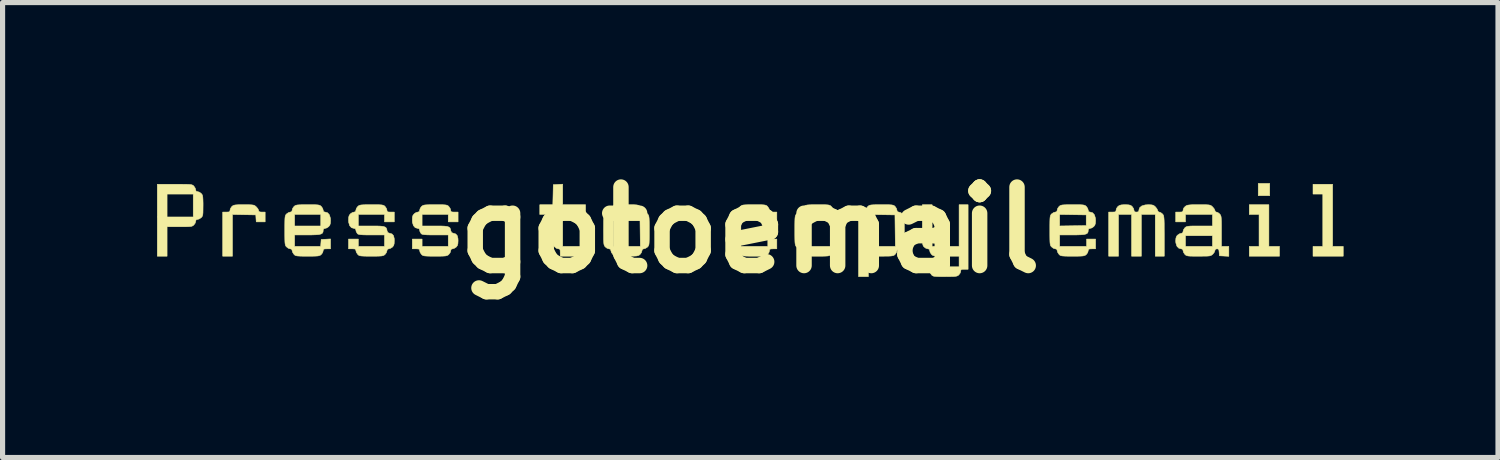
<source format=kicad_pcb>
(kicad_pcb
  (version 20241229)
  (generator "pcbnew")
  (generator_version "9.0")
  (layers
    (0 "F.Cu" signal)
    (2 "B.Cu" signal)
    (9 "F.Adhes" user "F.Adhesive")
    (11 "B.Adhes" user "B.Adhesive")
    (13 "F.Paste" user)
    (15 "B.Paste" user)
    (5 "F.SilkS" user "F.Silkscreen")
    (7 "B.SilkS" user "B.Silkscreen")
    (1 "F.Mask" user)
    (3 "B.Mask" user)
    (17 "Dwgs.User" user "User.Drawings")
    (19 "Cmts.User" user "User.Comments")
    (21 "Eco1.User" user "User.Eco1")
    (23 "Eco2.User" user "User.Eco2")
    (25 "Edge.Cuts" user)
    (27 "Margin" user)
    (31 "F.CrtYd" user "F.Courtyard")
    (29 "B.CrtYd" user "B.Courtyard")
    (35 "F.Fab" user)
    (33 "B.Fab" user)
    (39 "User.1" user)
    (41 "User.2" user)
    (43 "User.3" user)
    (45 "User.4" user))
  (footprint "gotoemail"
    (layer "F.Cu")
    (at 11.514 1.418)
    (property "Reference" "gotoemail" (at 0 0 0) (layer "F.SilkS") (effects (font (size 1.524 1.524) (thickness 0.3))))
    (attr through_hole)
    (fp_poly (pts (xy 10.097 -0.667) (xy 9.874 -0.667) (xy 9.874 -0.905) (xy 10.097 -0.905) (xy 10.097 -0.667)) (stroke (width 0.01) (type solid)) (fill yes) (layer "F.SilkS"))
    (fp_poly (pts (xy 10.081 0.318) (xy 10.287 0.318) (xy 10.287 0.508) (xy 9.7 0.508) (xy 9.7 0.318) (xy 9.89 0.318) (xy 9.89 -0.302) (xy 9.7 -0.302) (xy 9.7 -0.492) (xy 10.081 -0.492) (xy 10.081 0.318)) (stroke (width 0.01) (type solid)) (fill yes) (layer "F.SilkS"))
    (fp_poly (pts (xy 11.319 0.318) (xy 11.525 0.318) (xy 11.525 0.508) (xy 10.938 0.508) (xy 10.938 0.318) (xy 11.128 0.318) (xy 11.128 -0.699) (xy 10.938 -0.699) (xy 10.938 -0.889) (xy 11.319 -0.889) (xy 11.319 0.318)) (stroke (width 0.01) (type solid)) (fill yes) (layer "F.SilkS"))
    (fp_poly (pts (xy -3.635 -0.492) (xy -3.191 -0.492) (xy -3.191 -0.302) (xy -3.635 -0.302) (xy -3.635 0.318) (xy -3.191 0.318) (xy -3.191 0.508) (xy -3.683 0.508) (xy -3.683 0.437) (xy -3.685 0.392) (xy -3.693 0.371) (xy -3.712 0.365) (xy -3.72 0.365) (xy -3.757 0.354) (xy -3.791 0.328) (xy -3.803 0.314) (xy -3.812 0.297) (xy -3.819 0.273) (xy -3.822 0.237) (xy -3.825 0.183) (xy -3.826 0.109) (xy -3.826 0.007) (xy -3.826 -0.005) (xy -3.826 -0.302) (xy -4.08 -0.302) (xy -4.08 -0.492) (xy -3.953 -0.492) (xy -3.827 -0.492) (xy -3.822 -0.687) (xy -3.818 -0.881) (xy -3.727 -0.886) (xy -3.635 -0.891) (xy -3.635 -0.492)) (stroke (width 0.01) (type solid)) (fill yes) (layer "F.SilkS"))
    (fp_poly (pts (xy -9.744 -0.492) (xy -9.687 -0.49) (xy -9.649 -0.486) (xy -9.623 -0.479) (xy -9.604 -0.466) (xy -9.585 -0.449) (xy -9.556 -0.415) (xy -9.541 -0.383) (xy -9.541 -0.378) (xy -9.534 -0.359) (xy -9.509 -0.351) (xy -9.477 -0.349) (xy -9.414 -0.349) (xy -9.414 -0.159) (xy -9.5 -0.159) (xy -9.587 -0.159) (xy -9.592 -0.226) (xy -9.596 -0.294) (xy -9.823 -0.298) (xy -10.049 -0.302) (xy -10.049 0.508) (xy -10.239 0.508) (xy -10.239 -0.349) (xy -10.168 -0.349) (xy -10.124 -0.351) (xy -10.103 -0.359) (xy -10.097 -0.378) (xy -10.097 -0.386) (xy -10.085 -0.423) (xy -10.06 -0.458) (xy -10.042 -0.472) (xy -10.02 -0.482) (xy -9.989 -0.488) (xy -9.942 -0.491) (xy -9.872 -0.492) (xy -9.826 -0.492) (xy -9.744 -0.492)) (stroke (width 0.01) (type solid)) (fill yes) (layer "F.SilkS"))
    (fp_poly (pts (xy -11.059 -0.889) (xy -10.974 -0.888) (xy -10.913 -0.887) (xy -10.87 -0.884) (xy -10.841 -0.879) (xy -10.822 -0.872) (xy -10.808 -0.863) (xy -10.798 -0.852) (xy -10.773 -0.815) (xy -10.763 -0.781) (xy -10.755 -0.753) (xy -10.726 -0.746) (xy -10.689 -0.735) (xy -10.655 -0.709) (xy -10.64 -0.691) (xy -10.631 -0.67) (xy -10.625 -0.639) (xy -10.622 -0.592) (xy -10.62 -0.523) (xy -10.62 -0.474) (xy -10.621 -0.391) (xy -10.622 -0.333) (xy -10.626 -0.295) (xy -10.634 -0.27) (xy -10.645 -0.253) (xy -10.657 -0.241) (xy -10.694 -0.216) (xy -10.729 -0.206) (xy -10.756 -0.198) (xy -10.763 -0.169) (xy -10.774 -0.132) (xy -10.8 -0.098) (xy -10.816 -0.085) (xy -10.835 -0.075) (xy -10.863 -0.069) (xy -10.904 -0.066) (xy -10.964 -0.064) (xy -11.05 -0.064) (xy -11.078 -0.064) (xy -11.319 -0.064) (xy -11.319 0.508) (xy -11.509 0.508) (xy -11.509 -0.699) (xy -11.319 -0.699) (xy -11.319 -0.254) (xy -10.811 -0.254) (xy -10.811 -0.699) (xy -11.319 -0.699) (xy -11.509 -0.699) (xy -11.509 -0.889) (xy -11.171 -0.889) (xy -11.059 -0.889)) (stroke (width 0.01) (type solid)) (fill yes) (layer "F.SilkS"))
    (fp_poly (pts (xy 7.795 -0.49) (xy 7.832 -0.483) (xy 7.86 -0.466) (xy 7.879 -0.448) (xy 7.907 -0.412) (xy 7.921 -0.381) (xy 7.922 -0.376) (xy 7.935 -0.353) (xy 7.951 -0.349) (xy 7.982 -0.338) (xy 8.014 -0.313) (xy 8.025 -0.3) (xy 8.033 -0.285) (xy 8.039 -0.265) (xy 8.043 -0.234) (xy 8.046 -0.189) (xy 8.048 -0.126) (xy 8.048 -0.04) (xy 8.049 0.071) (xy 8.049 0.116) (xy 8.049 0.508) (xy 7.874 0.508) (xy 7.874 -0.302) (xy 7.604 -0.302) (xy 7.604 0.508) (xy 7.414 0.508) (xy 7.414 -0.302) (xy 7.16 -0.302) (xy 7.16 0.508) (xy 6.969 0.508) (xy 6.969 -0.349) (xy 7.041 -0.349) (xy 7.085 -0.351) (xy 7.106 -0.359) (xy 7.112 -0.378) (xy 7.112 -0.386) (xy 7.123 -0.423) (xy 7.149 -0.458) (xy 7.176 -0.477) (xy 7.212 -0.488) (xy 7.265 -0.492) (xy 7.289 -0.492) (xy 7.349 -0.49) (xy 7.387 -0.483) (xy 7.413 -0.468) (xy 7.427 -0.455) (xy 7.452 -0.418) (xy 7.461 -0.384) (xy 7.468 -0.359) (xy 7.493 -0.35) (xy 7.509 -0.349) (xy 7.543 -0.354) (xy 7.555 -0.372) (xy 7.556 -0.388) (xy 7.571 -0.434) (xy 7.612 -0.468) (xy 7.678 -0.488) (xy 7.738 -0.492) (xy 7.795 -0.49)) (stroke (width 0.01) (type solid)) (fill yes) (layer "F.SilkS"))
    (fp_poly (pts (xy 3.54 0.318) (xy 4.064 0.318) (xy 4.064 -0.492) (xy 4.239 -0.492) (xy 4.239 0.762) (xy 4.167 0.762) (xy 4.123 0.764) (xy 4.102 0.772) (xy 4.096 0.791) (xy 4.096 0.799) (xy 4.085 0.836) (xy 4.059 0.87) (xy 4.043 0.884) (xy 4.023 0.893) (xy 3.995 0.899) (xy 3.952 0.903) (xy 3.89 0.904) (xy 3.802 0.905) (xy 3.792 0.905) (xy 3.702 0.905) (xy 3.638 0.903) (xy 3.594 0.9) (xy 3.566 0.895) (xy 3.546 0.886) (xy 3.531 0.873) (xy 3.527 0.868) (xy 3.502 0.831) (xy 3.493 0.797) (xy 3.489 0.775) (xy 3.471 0.765) (xy 3.433 0.762) (xy 3.421 0.762) (xy 3.35 0.762) (xy 3.35 0.572) (xy 3.54 0.572) (xy 3.54 0.714) (xy 4.064 0.714) (xy 4.064 0.508) (xy 3.813 0.508) (xy 3.718 0.508) (xy 3.65 0.507) (xy 3.603 0.504) (xy 3.571 0.499) (xy 3.551 0.492) (xy 3.536 0.48) (xy 3.527 0.471) (xy 3.502 0.434) (xy 3.493 0.4) (xy 3.484 0.372) (xy 3.456 0.365) (xy 3.419 0.354) (xy 3.384 0.328) (xy 3.373 0.316) (xy 3.365 0.301) (xy 3.359 0.281) (xy 3.355 0.25) (xy 3.352 0.205) (xy 3.351 0.142) (xy 3.35 0.056) (xy 3.35 -0.056) (xy 3.35 -0.1) (xy 3.35 -0.492) (xy 3.54 -0.492) (xy 3.54 0.318)) (stroke (width 0.01) (type solid)) (fill yes) (layer "F.SilkS"))
    (fp_poly (pts (xy 2.648 -0.492) (xy 2.712 -0.491) (xy 2.756 -0.488) (xy 2.784 -0.482) (xy 2.804 -0.473) (xy 2.819 -0.46) (xy 2.823 -0.455) (xy 2.848 -0.418) (xy 2.857 -0.384) (xy 2.866 -0.356) (xy 2.894 -0.349) (xy 2.931 -0.338) (xy 2.966 -0.313) (xy 2.978 -0.298) (xy 2.987 -0.281) (xy 2.993 -0.256) (xy 2.997 -0.219) (xy 2.999 -0.164) (xy 3 -0.088) (xy 3 0.01) (xy 3 0.112) (xy 2.999 0.187) (xy 2.997 0.24) (xy 2.994 0.276) (xy 2.987 0.299) (xy 2.978 0.315) (xy 2.966 0.329) (xy 2.964 0.331) (xy 2.927 0.355) (xy 2.892 0.365) (xy 2.865 0.374) (xy 2.857 0.402) (xy 2.846 0.439) (xy 2.821 0.473) (xy 2.805 0.487) (xy 2.786 0.496) (xy 2.758 0.502) (xy 2.717 0.506) (xy 2.656 0.507) (xy 2.571 0.508) (xy 2.543 0.508) (xy 2.302 0.508) (xy 2.302 0.905) (xy 2.111 0.905) (xy 2.111 0.318) (xy 2.302 0.318) (xy 2.826 0.318) (xy 2.822 0.012) (xy 2.818 -0.294) (xy 2.56 -0.298) (xy 2.302 -0.302) (xy 2.302 0.318) (xy 2.111 0.318) (xy 2.111 -0.349) (xy 2.183 -0.349) (xy 2.227 -0.351) (xy 2.248 -0.359) (xy 2.254 -0.378) (xy 2.254 -0.386) (xy 2.265 -0.423) (xy 2.291 -0.458) (xy 2.307 -0.471) (xy 2.327 -0.481) (xy 2.355 -0.487) (xy 2.398 -0.49) (xy 2.46 -0.492) (xy 2.548 -0.492) (xy 2.558 -0.492) (xy 2.648 -0.492)) (stroke (width 0.01) (type solid)) (fill yes) (layer "F.SilkS"))
    (fp_poly (pts (xy 0.172 -0.492) (xy 0.236 -0.491) (xy 0.28 -0.488) (xy 0.308 -0.482) (xy 0.327 -0.473) (xy 0.342 -0.46) (xy 0.346 -0.455) (xy 0.371 -0.418) (xy 0.381 -0.384) (xy 0.385 -0.362) (xy 0.402 -0.352) (xy 0.441 -0.349) (xy 0.452 -0.349) (xy 0.524 -0.349) (xy 0.524 -0.159) (xy 0.437 -0.159) (xy 0.351 -0.159) (xy 0.346 -0.226) (xy 0.341 -0.294) (xy 0.083 -0.298) (xy -0.175 -0.302) (xy -0.175 0.318) (xy 0.349 0.318) (xy 0.349 0.175) (xy 0.524 0.175) (xy 0.524 0.365) (xy 0.452 0.365) (xy 0.408 0.367) (xy 0.387 0.375) (xy 0.381 0.394) (xy 0.381 0.402) (xy 0.37 0.439) (xy 0.344 0.473) (xy 0.328 0.487) (xy 0.308 0.496) (xy 0.28 0.503) (xy 0.237 0.506) (xy 0.175 0.508) (xy 0.087 0.508) (xy 0.077 0.508) (xy -0.013 0.508) (xy -0.077 0.506) (xy -0.121 0.503) (xy -0.149 0.498) (xy -0.168 0.489) (xy -0.183 0.476) (xy -0.188 0.471) (xy -0.213 0.434) (xy -0.222 0.4) (xy -0.231 0.372) (xy -0.259 0.365) (xy -0.296 0.354) (xy -0.331 0.328) (xy -0.343 0.314) (xy -0.352 0.296) (xy -0.358 0.272) (xy -0.362 0.235) (xy -0.364 0.18) (xy -0.365 0.104) (xy -0.365 0.006) (xy -0.365 -0.096) (xy -0.364 -0.171) (xy -0.362 -0.224) (xy -0.358 -0.26) (xy -0.352 -0.283) (xy -0.343 -0.299) (xy -0.33 -0.313) (xy -0.328 -0.315) (xy -0.291 -0.34) (xy -0.257 -0.349) (xy -0.229 -0.358) (xy -0.222 -0.386) (xy -0.211 -0.423) (xy -0.186 -0.458) (xy -0.169 -0.471) (xy -0.149 -0.481) (xy -0.121 -0.487) (xy -0.079 -0.49) (xy -0.016 -0.492) (xy 0.072 -0.492) (xy 0.082 -0.492) (xy 0.172 -0.492)) (stroke (width 0.01) (type solid)) (fill yes) (layer "F.SilkS"))
    (fp_poly (pts (xy -2.305 -0.492) (xy -2.241 -0.491) (xy -2.197 -0.488) (xy -2.169 -0.482) (xy -2.149 -0.473) (xy -2.134 -0.46) (xy -2.13 -0.455) (xy -2.105 -0.418) (xy -2.095 -0.384) (xy -2.087 -0.356) (xy -2.059 -0.349) (xy -2.022 -0.338) (xy -1.987 -0.313) (xy -1.975 -0.298) (xy -1.966 -0.281) (xy -1.96 -0.256) (xy -1.956 -0.219) (xy -1.954 -0.164) (xy -1.953 -0.088) (xy -1.953 0.01) (xy -1.953 0.112) (xy -1.954 0.187) (xy -1.956 0.24) (xy -1.959 0.276) (xy -1.966 0.299) (xy -1.975 0.315) (xy -1.987 0.329) (xy -1.989 0.331) (xy -2.026 0.355) (xy -2.061 0.365) (xy -2.088 0.374) (xy -2.095 0.402) (xy -2.107 0.439) (xy -2.132 0.473) (xy -2.149 0.487) (xy -2.168 0.496) (xy -2.197 0.503) (xy -2.239 0.506) (xy -2.302 0.508) (xy -2.39 0.508) (xy -2.399 0.508) (xy -2.49 0.508) (xy -2.554 0.506) (xy -2.597 0.503) (xy -2.626 0.498) (xy -2.645 0.489) (xy -2.66 0.476) (xy -2.664 0.471) (xy -2.689 0.434) (xy -2.699 0.4) (xy -2.707 0.372) (xy -2.736 0.365) (xy -2.773 0.354) (xy -2.807 0.328) (xy -2.816 0.318) (xy -2.651 0.318) (xy -2.127 0.318) (xy -2.131 0.012) (xy -2.135 -0.294) (xy -2.393 -0.298) (xy -2.651 -0.302) (xy -2.651 0.318) (xy -2.816 0.318) (xy -2.819 0.314) (xy -2.828 0.296) (xy -2.835 0.272) (xy -2.838 0.235) (xy -2.841 0.18) (xy -2.841 0.104) (xy -2.842 0.006) (xy -2.841 -0.096) (xy -2.841 -0.171) (xy -2.839 -0.224) (xy -2.835 -0.26) (xy -2.829 -0.283) (xy -2.82 -0.299) (xy -2.807 -0.313) (xy -2.805 -0.315) (xy -2.768 -0.34) (xy -2.733 -0.349) (xy -2.706 -0.358) (xy -2.699 -0.386) (xy -2.688 -0.423) (xy -2.662 -0.458) (xy -2.646 -0.471) (xy -2.626 -0.481) (xy -2.598 -0.487) (xy -2.555 -0.49) (xy -2.493 -0.492) (xy -2.405 -0.492) (xy -2.395 -0.492) (xy -2.305 -0.492)) (stroke (width 0.01) (type solid)) (fill yes) (layer "F.SilkS"))
    (fp_poly (pts (xy 1.41 -0.492) (xy 1.474 -0.491) (xy 1.518 -0.488) (xy 1.546 -0.482) (xy 1.565 -0.473) (xy 1.58 -0.46) (xy 1.585 -0.455) (xy 1.61 -0.418) (xy 1.619 -0.384) (xy 1.628 -0.356) (xy 1.656 -0.349) (xy 1.693 -0.338) (xy 1.728 -0.313) (xy 1.74 -0.298) (xy 1.749 -0.281) (xy 1.755 -0.256) (xy 1.759 -0.219) (xy 1.761 -0.164) (xy 1.762 -0.088) (xy 1.762 0.01) (xy 1.762 0.112) (xy 1.761 0.187) (xy 1.759 0.24) (xy 1.755 0.276) (xy 1.749 0.299) (xy 1.74 0.315) (xy 1.727 0.329) (xy 1.725 0.331) (xy 1.688 0.355) (xy 1.654 0.365) (xy 1.626 0.374) (xy 1.619 0.402) (xy 1.608 0.439) (xy 1.583 0.473) (xy 1.566 0.487) (xy 1.546 0.496) (xy 1.518 0.503) (xy 1.476 0.506) (xy 1.413 0.508) (xy 1.325 0.508) (xy 1.315 0.508) (xy 1.225 0.508) (xy 1.161 0.506) (xy 1.117 0.503) (xy 1.089 0.498) (xy 1.07 0.489) (xy 1.055 0.476) (xy 1.051 0.471) (xy 1.026 0.434) (xy 1.016 0.4) (xy 1.007 0.372) (xy 0.979 0.365) (xy 0.942 0.354) (xy 0.908 0.328) (xy 0.899 0.318) (xy 1.064 0.318) (xy 1.588 0.318) (xy 1.584 0.012) (xy 1.58 -0.294) (xy 1.322 -0.298) (xy 1.064 -0.302) (xy 1.064 0.318) (xy 0.899 0.318) (xy 0.895 0.314) (xy 0.886 0.296) (xy 0.88 0.272) (xy 0.876 0.235) (xy 0.874 0.18) (xy 0.873 0.104) (xy 0.873 0.006) (xy 0.873 -0.096) (xy 0.874 -0.171) (xy 0.876 -0.224) (xy 0.88 -0.26) (xy 0.886 -0.283) (xy 0.895 -0.299) (xy 0.908 -0.313) (xy 0.91 -0.315) (xy 0.947 -0.34) (xy 0.981 -0.349) (xy 1.009 -0.358) (xy 1.016 -0.386) (xy 1.027 -0.423) (xy 1.053 -0.458) (xy 1.069 -0.471) (xy 1.089 -0.481) (xy 1.117 -0.487) (xy 1.16 -0.49) (xy 1.222 -0.492) (xy 1.31 -0.492) (xy 1.32 -0.492) (xy 1.41 -0.492)) (stroke (width 0.01) (type solid)) (fill yes) (layer "F.SilkS"))
    (fp_poly (pts (xy -8.496 -0.492) (xy -8.432 -0.491) (xy -8.388 -0.488) (xy -8.36 -0.482) (xy -8.341 -0.473) (xy -8.326 -0.46) (xy -8.321 -0.455) (xy -8.296 -0.418) (xy -8.287 -0.384) (xy -8.278 -0.356) (xy -8.25 -0.349) (xy -8.201 -0.335) (xy -8.166 -0.295) (xy -8.147 -0.231) (xy -8.144 -0.188) (xy -8.147 -0.132) (xy -8.158 -0.095) (xy -8.18 -0.067) (xy -8.181 -0.066) (xy -8.218 -0.041) (xy -8.252 -0.032) (xy -8.279 -0.023) (xy -8.287 0.005) (xy -8.29 0.037) (xy -8.302 0.06) (xy -8.327 0.076) (xy -8.369 0.087) (xy -8.433 0.092) (xy -8.521 0.095) (xy -8.594 0.095) (xy -8.842 0.095) (xy -8.842 0.318) (xy -8.336 0.318) (xy -8.331 0.25) (xy -8.326 0.183) (xy -8.235 0.178) (xy -8.144 0.173) (xy -8.144 0.365) (xy -8.215 0.365) (xy -8.26 0.367) (xy -8.28 0.375) (xy -8.287 0.394) (xy -8.287 0.402) (xy -8.298 0.439) (xy -8.323 0.473) (xy -8.34 0.487) (xy -8.36 0.496) (xy -8.388 0.503) (xy -8.43 0.506) (xy -8.493 0.508) (xy -8.581 0.508) (xy -8.591 0.508) (xy -8.681 0.508) (xy -8.745 0.506) (xy -8.789 0.503) (xy -8.817 0.498) (xy -8.836 0.489) (xy -8.851 0.476) (xy -8.855 0.471) (xy -8.88 0.434) (xy -8.89 0.4) (xy -8.899 0.372) (xy -8.927 0.365) (xy -8.964 0.354) (xy -8.998 0.328) (xy -9.011 0.314) (xy -9.02 0.296) (xy -9.026 0.272) (xy -9.03 0.235) (xy -9.032 0.18) (xy -9.033 0.104) (xy -9.033 0.006) (xy -9.033 -0.096) (xy -9.032 -0.171) (xy -9.03 -0.224) (xy -9.026 -0.26) (xy -9.02 -0.283) (xy -9.011 -0.299) (xy -9.009 -0.302) (xy -8.842 -0.302) (xy -8.842 -0.079) (xy -8.334 -0.079) (xy -8.334 -0.302) (xy -8.842 -0.302) (xy -9.009 -0.302) (xy -8.998 -0.313) (xy -8.996 -0.315) (xy -8.959 -0.34) (xy -8.925 -0.349) (xy -8.897 -0.358) (xy -8.89 -0.386) (xy -8.879 -0.423) (xy -8.853 -0.458) (xy -8.837 -0.471) (xy -8.817 -0.481) (xy -8.789 -0.487) (xy -8.746 -0.49) (xy -8.684 -0.492) (xy -8.596 -0.492) (xy -8.586 -0.492) (xy -8.496 -0.492)) (stroke (width 0.01) (type solid)) (fill yes) (layer "F.SilkS"))
    (fp_poly (pts (xy 6.363 -0.492) (xy 6.427 -0.491) (xy 6.471 -0.488) (xy 6.499 -0.482) (xy 6.518 -0.473) (xy 6.533 -0.46) (xy 6.538 -0.455) (xy 6.563 -0.418) (xy 6.572 -0.384) (xy 6.581 -0.356) (xy 6.609 -0.349) (xy 6.658 -0.335) (xy 6.693 -0.295) (xy 6.712 -0.231) (xy 6.715 -0.188) (xy 6.712 -0.132) (xy 6.701 -0.095) (xy 6.679 -0.067) (xy 6.678 -0.066) (xy 6.641 -0.041) (xy 6.607 -0.032) (xy 6.58 -0.023) (xy 6.572 0.005) (xy 6.569 0.037) (xy 6.557 0.06) (xy 6.532 0.076) (xy 6.49 0.087) (xy 6.426 0.092) (xy 6.338 0.095) (xy 6.265 0.095) (xy 6.017 0.095) (xy 6.017 0.318) (xy 6.54 0.318) (xy 6.54 0.175) (xy 6.715 0.175) (xy 6.715 0.365) (xy 6.644 0.365) (xy 6.599 0.367) (xy 6.579 0.375) (xy 6.572 0.394) (xy 6.572 0.402) (xy 6.561 0.439) (xy 6.536 0.473) (xy 6.519 0.487) (xy 6.499 0.496) (xy 6.471 0.503) (xy 6.429 0.506) (xy 6.366 0.508) (xy 6.278 0.508) (xy 6.268 0.508) (xy 6.178 0.508) (xy 6.114 0.506) (xy 6.07 0.503) (xy 6.042 0.498) (xy 6.023 0.489) (xy 6.008 0.476) (xy 6.004 0.471) (xy 5.979 0.434) (xy 5.969 0.4) (xy 5.96 0.372) (xy 5.932 0.365) (xy 5.895 0.354) (xy 5.861 0.328) (xy 5.848 0.314) (xy 5.839 0.296) (xy 5.833 0.272) (xy 5.829 0.235) (xy 5.827 0.18) (xy 5.826 0.104) (xy 5.826 0.006) (xy 5.826 -0.079) (xy 6.017 -0.079) (xy 6.275 -0.083) (xy 6.533 -0.087) (xy 6.533 -0.294) (xy 6.275 -0.298) (xy 6.017 -0.302) (xy 6.017 -0.079) (xy 5.826 -0.079) (xy 5.826 -0.096) (xy 5.827 -0.171) (xy 5.829 -0.224) (xy 5.833 -0.26) (xy 5.839 -0.283) (xy 5.848 -0.299) (xy 5.861 -0.313) (xy 5.863 -0.315) (xy 5.9 -0.34) (xy 5.934 -0.349) (xy 5.962 -0.358) (xy 5.969 -0.386) (xy 5.98 -0.423) (xy 6.006 -0.458) (xy 6.022 -0.471) (xy 6.042 -0.481) (xy 6.07 -0.487) (xy 6.113 -0.49) (xy 6.175 -0.492) (xy 6.263 -0.492) (xy 6.273 -0.492) (xy 6.363 -0.492)) (stroke (width 0.01) (type solid)) (fill yes) (layer "F.SilkS"))
    (fp_poly (pts (xy 8.809 -0.492) (xy 8.871 -0.491) (xy 8.914 -0.488) (xy 8.942 -0.482) (xy 8.962 -0.472) (xy 8.98 -0.457) (xy 8.988 -0.449) (xy 9.017 -0.415) (xy 9.032 -0.383) (xy 9.033 -0.378) (xy 9.046 -0.353) (xy 9.062 -0.349) (xy 9.093 -0.338) (xy 9.125 -0.313) (xy 9.137 -0.298) (xy 9.146 -0.281) (xy 9.153 -0.257) (xy 9.156 -0.221) (xy 9.159 -0.167) (xy 9.16 -0.093) (xy 9.16 0.009) (xy 9.16 0.021) (xy 9.16 0.318) (xy 9.303 0.318) (xy 9.303 0.51) (xy 9.211 0.505) (xy 9.12 0.5) (xy 9.115 0.433) (xy 9.11 0.39) (xy 9.099 0.37) (xy 9.076 0.365) (xy 9.072 0.365) (xy 9.041 0.373) (xy 9.033 0.398) (xy 9.022 0.43) (xy 8.995 0.465) (xy 8.991 0.469) (xy 8.973 0.484) (xy 8.954 0.495) (xy 8.929 0.502) (xy 8.891 0.506) (xy 8.835 0.507) (xy 8.755 0.508) (xy 8.716 0.508) (xy 8.625 0.508) (xy 8.56 0.507) (xy 8.516 0.504) (xy 8.488 0.498) (xy 8.468 0.489) (xy 8.453 0.476) (xy 8.448 0.471) (xy 8.423 0.434) (xy 8.414 0.4) (xy 8.405 0.372) (xy 8.377 0.365) (xy 8.329 0.351) (xy 8.293 0.311) (xy 8.274 0.25) (xy 8.271 0.212) (xy 8.275 0.157) (xy 8.289 0.12) (xy 8.296 0.111) (xy 8.461 0.111) (xy 8.461 0.318) (xy 8.985 0.318) (xy 8.985 0.111) (xy 8.461 0.111) (xy 8.296 0.111) (xy 8.308 0.098) (xy 8.345 0.073) (xy 8.379 0.064) (xy 8.407 0.055) (xy 8.414 0.027) (xy 8.425 -0.01) (xy 8.45 -0.045) (xy 8.466 -0.058) (xy 8.485 -0.067) (xy 8.512 -0.073) (xy 8.552 -0.077) (xy 8.612 -0.079) (xy 8.695 -0.079) (xy 8.736 -0.079) (xy 8.985 -0.079) (xy 8.985 -0.302) (xy 8.461 -0.302) (xy 8.461 -0.159) (xy 8.271 -0.159) (xy 8.271 -0.349) (xy 8.342 -0.349) (xy 8.386 -0.351) (xy 8.407 -0.359) (xy 8.414 -0.378) (xy 8.414 -0.388) (xy 8.427 -0.427) (xy 8.456 -0.459) (xy 8.475 -0.472) (xy 8.498 -0.482) (xy 8.531 -0.487) (xy 8.579 -0.491) (xy 8.649 -0.492) (xy 8.721 -0.492) (xy 8.809 -0.492)) (stroke (width 0.01) (type solid)) (fill yes) (layer "F.SilkS"))
    (fp_poly (pts (xy -7.258 -0.492) (xy -7.194 -0.491) (xy -7.15 -0.488) (xy -7.122 -0.482) (xy -7.102 -0.473) (xy -7.087 -0.46) (xy -7.083 -0.455) (xy -7.058 -0.418) (xy -7.048 -0.384) (xy -7.045 -0.362) (xy -7.027 -0.352) (xy -6.989 -0.349) (xy -6.977 -0.349) (xy -6.906 -0.349) (xy -6.906 -0.159) (xy -7.096 -0.159) (xy -7.096 -0.302) (xy -7.604 -0.302) (xy -7.604 -0.079) (xy -7.353 -0.079) (xy -7.249 -0.079) (xy -7.173 -0.076) (xy -7.119 -0.07) (xy -7.084 -0.058) (xy -7.063 -0.041) (xy -7.052 -0.015) (xy -7.046 0.016) (xy -7.031 0.049) (xy -7.001 0.061) (xy -6.951 0.076) (xy -6.921 0.109) (xy -6.907 0.165) (xy -6.906 0.206) (xy -6.908 0.263) (xy -6.918 0.3) (xy -6.939 0.328) (xy -6.942 0.331) (xy -6.979 0.355) (xy -7.014 0.365) (xy -7.041 0.374) (xy -7.048 0.402) (xy -7.06 0.439) (xy -7.085 0.473) (xy -7.102 0.487) (xy -7.121 0.496) (xy -7.15 0.503) (xy -7.192 0.506) (xy -7.255 0.508) (xy -7.343 0.508) (xy -7.352 0.508) (xy -7.443 0.508) (xy -7.507 0.506) (xy -7.55 0.503) (xy -7.579 0.498) (xy -7.598 0.489) (xy -7.613 0.476) (xy -7.617 0.471) (xy -7.642 0.434) (xy -7.652 0.4) (xy -7.656 0.378) (xy -7.673 0.368) (xy -7.712 0.365) (xy -7.723 0.365) (xy -7.795 0.365) (xy -7.795 0.175) (xy -7.604 0.175) (xy -7.604 0.318) (xy -7.096 0.318) (xy -7.096 0.095) (xy -7.348 0.095) (xy -7.444 0.095) (xy -7.513 0.093) (xy -7.561 0.09) (xy -7.592 0.085) (xy -7.612 0.078) (xy -7.625 0.067) (xy -7.625 0.066) (xy -7.646 0.029) (xy -7.652 0.003) (xy -7.661 -0.025) (xy -7.689 -0.032) (xy -7.738 -0.046) (xy -7.773 -0.086) (xy -7.792 -0.15) (xy -7.795 -0.193) (xy -7.792 -0.249) (xy -7.781 -0.286) (xy -7.759 -0.314) (xy -7.758 -0.315) (xy -7.721 -0.34) (xy -7.686 -0.349) (xy -7.659 -0.358) (xy -7.652 -0.386) (xy -7.641 -0.423) (xy -7.615 -0.458) (xy -7.599 -0.471) (xy -7.579 -0.481) (xy -7.551 -0.487) (xy -7.508 -0.49) (xy -7.446 -0.492) (xy -7.358 -0.492) (xy -7.348 -0.492) (xy -7.258 -0.492)) (stroke (width 0.01) (type solid)) (fill yes) (layer "F.SilkS"))
    (fp_poly (pts (xy -6.019 -0.492) (xy -5.955 -0.491) (xy -5.912 -0.488) (xy -5.883 -0.482) (xy -5.864 -0.473) (xy -5.849 -0.46) (xy -5.845 -0.455) (xy -5.82 -0.418) (xy -5.81 -0.384) (xy -5.806 -0.362) (xy -5.789 -0.352) (xy -5.75 -0.349) (xy -5.739 -0.349) (xy -5.667 -0.349) (xy -5.667 -0.159) (xy -5.858 -0.159) (xy -5.858 -0.302) (xy -6.366 -0.302) (xy -6.366 -0.079) (xy -6.114 -0.079) (xy -6.011 -0.079) (xy -5.934 -0.076) (xy -5.881 -0.07) (xy -5.846 -0.058) (xy -5.825 -0.041) (xy -5.814 -0.015) (xy -5.808 0.016) (xy -5.792 0.049) (xy -5.763 0.061) (xy -5.713 0.076) (xy -5.683 0.109) (xy -5.669 0.165) (xy -5.667 0.206) (xy -5.67 0.263) (xy -5.68 0.3) (xy -5.701 0.328) (xy -5.704 0.331) (xy -5.741 0.355) (xy -5.776 0.365) (xy -5.803 0.374) (xy -5.81 0.402) (xy -5.821 0.439) (xy -5.847 0.473) (xy -5.863 0.487) (xy -5.883 0.496) (xy -5.911 0.503) (xy -5.954 0.506) (xy -6.016 0.508) (xy -6.104 0.508) (xy -6.114 0.508) (xy -6.204 0.508) (xy -6.268 0.506) (xy -6.312 0.503) (xy -6.34 0.498) (xy -6.36 0.489) (xy -6.375 0.476) (xy -6.379 0.471) (xy -6.404 0.434) (xy -6.413 0.4) (xy -6.417 0.378) (xy -6.435 0.368) (xy -6.473 0.365) (xy -6.485 0.365) (xy -6.556 0.365) (xy -6.556 0.175) (xy -6.366 0.175) (xy -6.366 0.318) (xy -5.858 0.318) (xy -5.858 0.095) (xy -6.109 0.095) (xy -6.206 0.095) (xy -6.275 0.093) (xy -6.323 0.09) (xy -6.354 0.085) (xy -6.374 0.078) (xy -6.387 0.067) (xy -6.387 0.066) (xy -6.408 0.029) (xy -6.413 0.003) (xy -6.422 -0.025) (xy -6.45 -0.032) (xy -6.499 -0.046) (xy -6.534 -0.086) (xy -6.554 -0.15) (xy -6.556 -0.193) (xy -6.554 -0.249) (xy -6.543 -0.286) (xy -6.52 -0.314) (xy -6.52 -0.315) (xy -6.483 -0.34) (xy -6.448 -0.349) (xy -6.421 -0.358) (xy -6.413 -0.386) (xy -6.402 -0.423) (xy -6.377 -0.458) (xy -6.36 -0.471) (xy -6.341 -0.481) (xy -6.312 -0.487) (xy -6.27 -0.49) (xy -6.207 -0.492) (xy -6.119 -0.492) (xy -6.11 -0.492) (xy -6.019 -0.492)) (stroke (width 0.01) (type solid)) (fill yes) (layer "F.SilkS")))
  (gr_rect
    (start -3 -3)
    (end 26.045 5.836)
    (stroke (width 0.1) (type default))
    (fill no)
    (layer "Edge.Cuts")))
</source>
